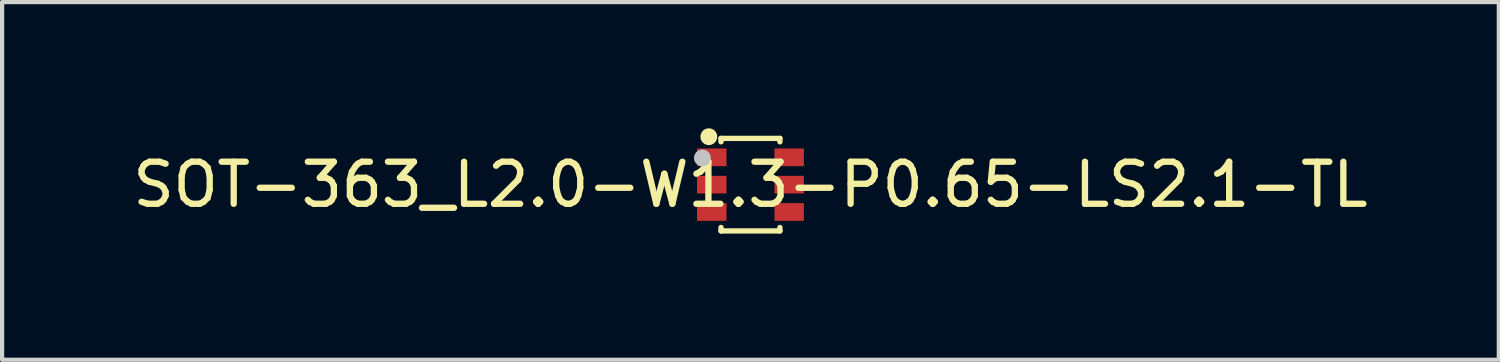
<source format=kicad_pcb>
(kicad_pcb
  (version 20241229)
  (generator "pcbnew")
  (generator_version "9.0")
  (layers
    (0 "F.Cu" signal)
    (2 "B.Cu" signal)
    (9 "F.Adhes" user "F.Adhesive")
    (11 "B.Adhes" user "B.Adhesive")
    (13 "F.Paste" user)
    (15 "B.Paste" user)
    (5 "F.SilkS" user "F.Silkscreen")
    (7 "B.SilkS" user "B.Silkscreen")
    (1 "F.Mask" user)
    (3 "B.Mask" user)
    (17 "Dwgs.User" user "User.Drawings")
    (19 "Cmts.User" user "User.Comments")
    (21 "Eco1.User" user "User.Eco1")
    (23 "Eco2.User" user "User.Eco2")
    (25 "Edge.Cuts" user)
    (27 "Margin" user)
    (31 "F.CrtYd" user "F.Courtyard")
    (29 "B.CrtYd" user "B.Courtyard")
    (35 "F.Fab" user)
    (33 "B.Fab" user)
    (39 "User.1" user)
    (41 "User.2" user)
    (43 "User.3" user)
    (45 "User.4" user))
  (footprint "SOT-363_L2.0-W1.3-P0.65-LS2.1-TL"
    (layer "F.Cu")
    (at 14.792 1.34)
    (property "Reference" "SOT-363_L2.0-W1.3-P0.65-LS2.1-TL" (at 0 0 0) (layer "F.SilkS") (effects (font (size 1 1) (thickness 0.15))))
    (fp_line (start -0.7 -1.1) (end -0.7 -1.018) (stroke (width 0.127) (type default)) (layer "F.SilkS"))
    (fp_line (start -0.7 -1.1) (end 0.7 -1.1) (stroke (width 0.127) (type default)) (layer "F.SilkS"))
    (fp_line (start -0.7 1.018) (end -0.7 1.1) (stroke (width 0.127) (type default)) (layer "F.SilkS"))
    (fp_line (start -0.7 1.1) (end 0.7 1.1) (stroke (width 0.127) (type default)) (layer "F.SilkS"))
    (fp_line (start 0.7 -1.1) (end 0.7 -1.018) (stroke (width 0.127) (type default)) (layer "F.SilkS"))
    (fp_line (start 0.7 1.018) (end 0.7 1.1) (stroke (width 0.127) (type default)) (layer "F.SilkS"))
    (fp_circle (center -0.99 -1.14) (end -0.89 -1.14) (stroke (width 0.2) (type default)) (fill no) (layer "F.SilkS"))
    (fp_circle (center -1.143 -0.635) (end -1.043 -0.635) (stroke (width 0.2) (type default)) (fill no) (layer "Dwgs.User"))
    (fp_poly (pts (xy -0.75 -0.775) (xy -0.75 -0.525) (xy -1.05 -0.525) (xy -1.05 -0.775)) (stroke (width 0.1) (type default)) (fill no) (layer "User.1"))
    (fp_poly (pts (xy -0.75 -0.125) (xy -0.75 0.125) (xy -1.05 0.125) (xy -1.05 -0.125)) (stroke (width 0.1) (type default)) (fill no) (layer "User.1"))
    (fp_poly (pts (xy -0.75 0.525) (xy -0.75 0.775) (xy -1.05 0.775) (xy -1.05 0.525)) (stroke (width 0.1) (type default)) (fill no) (layer "User.1"))
    (fp_poly (pts (xy -0.615 -0.775) (xy -0.615 -0.525) (xy -0.76 -0.525) (xy -0.76 -0.775)) (stroke (width 0.1) (type default)) (fill no) (layer "User.1"))
    (fp_poly (pts (xy -0.615 -0.125) (xy -0.615 0.125) (xy -0.76 0.125) (xy -0.76 -0.125)) (stroke (width 0.1) (type default)) (fill no) (layer "User.1"))
    (fp_poly (pts (xy -0.615 0.525) (xy -0.615 0.775) (xy -0.76 0.775) (xy -0.76 0.525)) (stroke (width 0.1) (type default)) (fill no) (layer "User.1"))
    (fp_poly (pts (xy 0.75 -0.775) (xy 0.75 -0.525) (xy 1.05 -0.525) (xy 1.05 -0.775)) (stroke (width 0.1) (type default)) (fill no) (layer "User.1"))
    (fp_poly (pts (xy 0.75 -0.125) (xy 0.75 0.125) (xy 1.05 0.125) (xy 1.05 -0.125)) (stroke (width 0.1) (type default)) (fill no) (layer "User.1"))
    (fp_poly (pts (xy 0.75 0.525) (xy 0.75 0.775) (xy 1.05 0.775) (xy 1.05 0.525)) (stroke (width 0.1) (type default)) (fill no) (layer "User.1"))
    (fp_poly (pts (xy 0.76 -0.775) (xy 0.76 -0.525) (xy 0.615 -0.525) (xy 0.615 -0.775)) (stroke (width 0.1) (type default)) (fill no) (layer "User.1"))
    (fp_poly (pts (xy 0.76 -0.125) (xy 0.76 0.125) (xy 0.615 0.125) (xy 0.615 -0.125)) (stroke (width 0.1) (type default)) (fill no) (layer "User.1"))
    (fp_poly (pts (xy 0.76 0.525) (xy 0.76 0.775) (xy 0.615 0.775) (xy 0.615 0.525)) (stroke (width 0.1) (type default)) (fill no) (layer "User.1"))
    (fp_line (start -0.625 -1) (end 0.625 -1) (stroke (width 0.051) (type default)) (layer "User.2"))
    (fp_line (start -0.625 1) (end -0.625 -1) (stroke (width 0.051) (type default)) (layer "User.2"))
    (fp_line (start 0.625 -1) (end 0.625 1) (stroke (width 0.051) (type default)) (layer "User.2"))
    (fp_line (start 0.625 1) (end -0.625 1) (stroke (width 0.051) (type default)) (layer "User.2"))
    (fp_poly (pts (xy -0.965 -0.993) (xy -0.998 -1.026) (xy -1.043 -1.026) (xy -1.076 -0.993) (xy -1.076 -0.948) (xy -1.043 -0.915) (xy -0.998 -0.915) (xy -0.965 -0.948)) (stroke (width 0.1) (type default)) (fill no) (layer "User.3"))
    (pad "1" smd rect (at -0.92 -0.65) (size 0.7 0.42) (layers "F.Cu" "F.Mask" "F.Paste"))
    (pad "2" smd rect (at -0.92 0) (size 0.7 0.42) (layers "F.Cu" "F.Mask" "F.Paste"))
    (pad "3" smd rect (at -0.92 0.65) (size 0.7 0.42) (layers "F.Cu" "F.Mask" "F.Paste"))
    (pad "4" smd rect (at 0.92 0.65) (size 0.7 0.42) (layers "F.Cu" "F.Mask" "F.Paste"))
    (pad "5" smd rect (at 0.92 0) (size 0.7 0.42) (layers "F.Cu" "F.Mask" "F.Paste"))
    (pad "6" smd rect (at 0.92 -0.65) (size 0.7 0.42) (layers "F.Cu" "F.Mask" "F.Paste")))
  (gr_rect
    (start -3 -3)
    (end 32.583 5.503)
    (stroke (width 0.1) (type default))
    (fill no)
    (layer "Edge.Cuts")))
</source>
